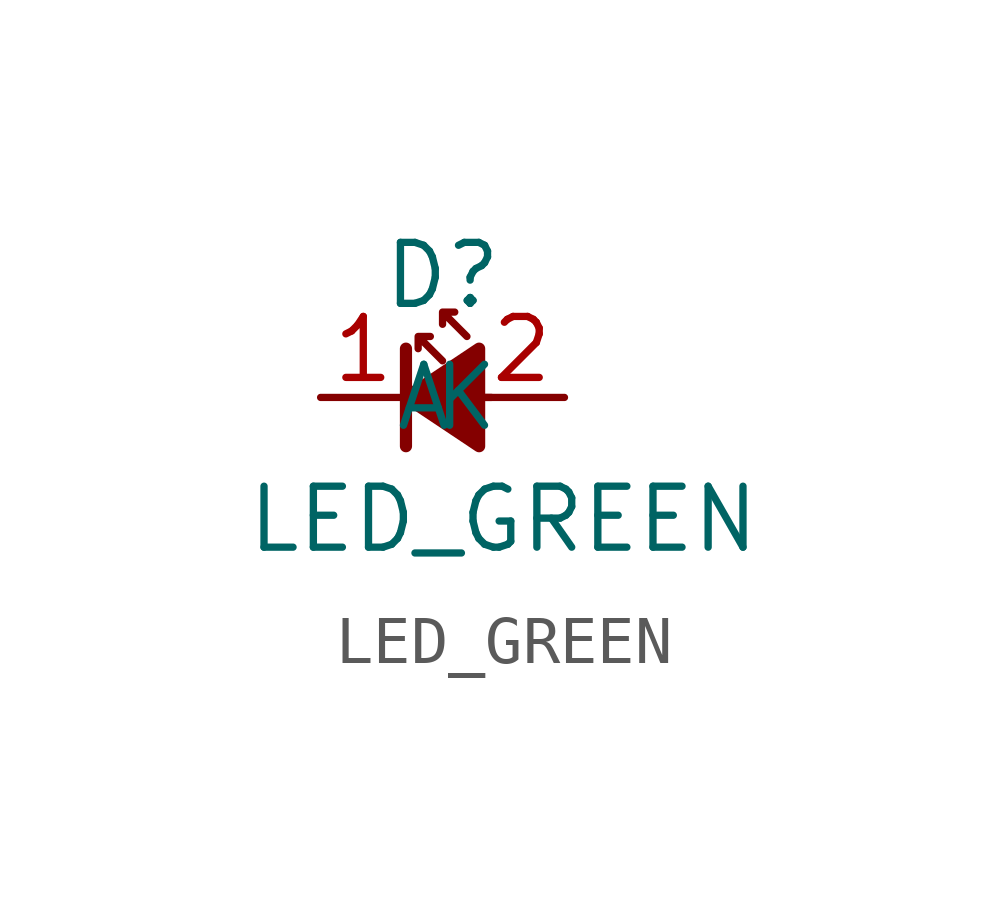
<source format=kicad_sym>
(kicad_symbol_lib
  (version 20211014)
  (generator kicad_symbol_editor)
  (symbol "LED_GREEN"
    (property "Reference" "D"
      (at 0 2.54 0)
      (effects (font (size 1.27 1.27))))
    (property "Value" "LED_GREEN"
      (at 1.27 -2.54 0)
      (effects (font (size 1.27 1.27))))
    (symbol "LED_GREEN_0_1"
      (polyline (pts (xy -0.762 -1.016) (xy -0.762 1.016)) (stroke (width 0.254) (type default) (color 0 0 0 0)) (fill (type none)))
      (polyline (pts (xy 1.016 0) (xy -0.762 0)) (stroke (width 0) (type default) (color 0 0 0 0)) (fill (type none)))
      (polyline (pts (xy 0.762 -1.016) (xy -0.762 0) (xy 0.762 1.016) (xy 0.762 -1.016)) (stroke (width 0.254) (type default) (color 0 0 0 0)) (fill (type outline)))
      (polyline (pts (xy 0 0.762) (xy -0.508 1.27) (xy -0.254 1.27) (xy -0.508 1.27) (xy -0.508 1.016)) (stroke (width 0) (type default) (color 0 0 0 0)) (fill (type none)))
      (polyline (pts (xy 0.508 1.27) (xy 0 1.778) (xy 0.254 1.778) (xy 0 1.778) (xy 0 1.524)) (stroke (width 0) (type default) (color 0 0 0 0)) (fill (type none))))
    (symbol "LED_GREEN_1_1"
      (pin passive line (at -2.54 0 0) (length 1.778) (name "K" (effects (font (size 1.27 1.27)))) (number "1" (effects (font (size 1.27 1.27)))))
      (pin passive line (at 2.54 0 180) (length 1.778) (name "A" (effects (font (size 1.27 1.27)))) (number "2" (effects (font (size 1.27 1.27))))))))
</source>
